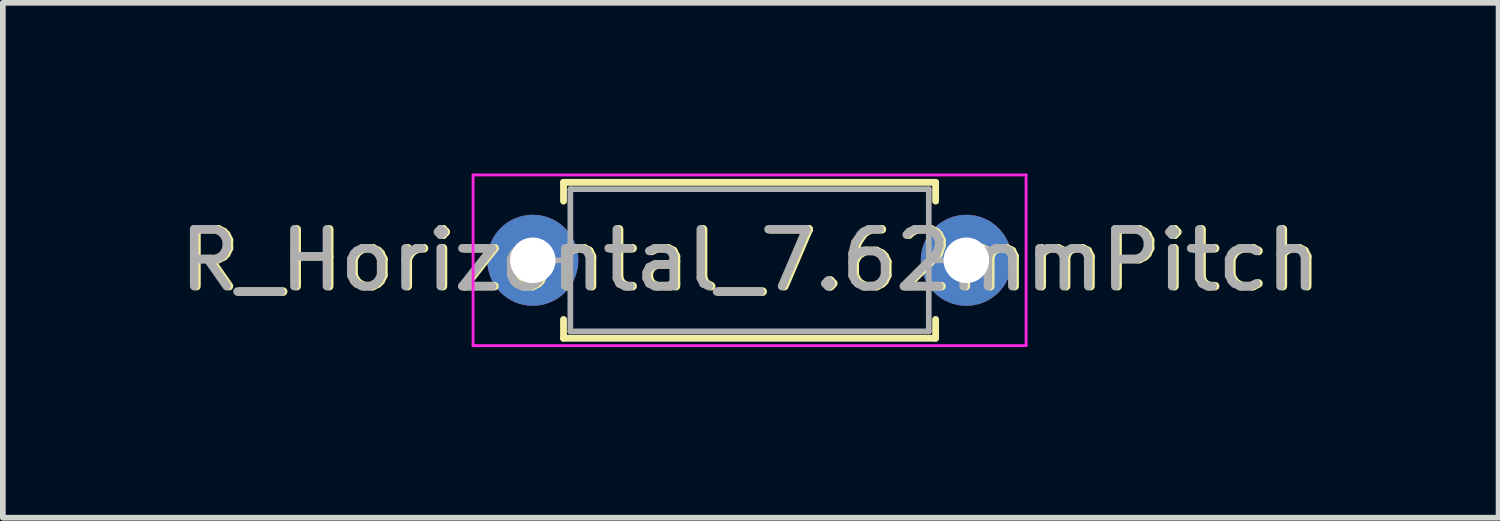
<source format=kicad_pcb>
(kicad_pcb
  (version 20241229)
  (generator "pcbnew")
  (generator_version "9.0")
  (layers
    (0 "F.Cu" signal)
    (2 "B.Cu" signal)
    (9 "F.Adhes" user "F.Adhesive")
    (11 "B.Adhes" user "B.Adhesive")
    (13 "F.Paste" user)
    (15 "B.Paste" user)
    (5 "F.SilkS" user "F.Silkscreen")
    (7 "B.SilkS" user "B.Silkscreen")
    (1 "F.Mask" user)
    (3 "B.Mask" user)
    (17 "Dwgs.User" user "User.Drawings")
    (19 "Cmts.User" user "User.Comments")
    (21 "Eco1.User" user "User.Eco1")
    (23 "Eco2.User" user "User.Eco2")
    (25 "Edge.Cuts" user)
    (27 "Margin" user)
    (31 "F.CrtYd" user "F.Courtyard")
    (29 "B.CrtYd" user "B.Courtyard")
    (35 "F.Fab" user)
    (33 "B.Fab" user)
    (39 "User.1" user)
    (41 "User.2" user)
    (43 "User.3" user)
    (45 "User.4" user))
  (footprint "R_Horizontal_7.62mmPitch"
    (layer "F.Cu")
    (at 6.315 1.525)
    (property "Reference" "R_Horizontal_7.62mmPitch" (at 3.85 0 0) (layer "F.SilkS") (effects (font (size 1 1) (thickness 0.15))))
    (attr through_hole)
    (fp_line (start 0.54 -1.37) (end 7.08 -1.37) (stroke (width 0.12) (type solid)) (layer "F.SilkS"))
    (fp_line (start 0.54 -1.04) (end 0.54 -1.37) (stroke (width 0.12) (type solid)) (layer "F.SilkS"))
    (fp_line (start 0.54 1.04) (end 0.54 1.37) (stroke (width 0.12) (type solid)) (layer "F.SilkS"))
    (fp_line (start 0.54 1.37) (end 7.08 1.37) (stroke (width 0.12) (type solid)) (layer "F.SilkS"))
    (fp_line (start 7.08 -1.37) (end 7.08 -1.04) (stroke (width 0.12) (type solid)) (layer "F.SilkS"))
    (fp_line (start 7.08 1.37) (end 7.08 1.04) (stroke (width 0.12) (type solid)) (layer "F.SilkS"))
    (fp_line (start -1.05 -1.5) (end -1.05 1.5) (stroke (width 0.05) (type solid)) (layer "F.CrtYd"))
    (fp_line (start -1.05 1.5) (end 8.67 1.5) (stroke (width 0.05) (type solid)) (layer "F.CrtYd"))
    (fp_line (start 8.67 -1.5) (end -1.05 -1.5) (stroke (width 0.05) (type solid)) (layer "F.CrtYd"))
    (fp_line (start 8.67 1.5) (end 8.67 -1.5) (stroke (width 0.05) (type solid)) (layer "F.CrtYd"))
    (fp_line (start 0 0) (end 0.66 0) (stroke (width 0.1) (type solid)) (layer "F.Fab"))
    (fp_line (start 0.66 -1.25) (end 0.66 1.25) (stroke (width 0.1) (type solid)) (layer "F.Fab"))
    (fp_line (start 0.66 1.25) (end 6.96 1.25) (stroke (width 0.1) (type solid)) (layer "F.Fab"))
    (fp_line (start 6.96 -1.25) (end 0.66 -1.25) (stroke (width 0.1) (type solid)) (layer "F.Fab"))
    (fp_line (start 6.96 1.25) (end 6.96 -1.25) (stroke (width 0.1) (type solid)) (layer "F.Fab"))
    (fp_line (start 7.62 0) (end 6.96 0) (stroke (width 0.1) (type solid)) (layer "F.Fab"))
    (fp_text user "${REFERENCE}" (at 3.81 0 0) (layer "F.Fab") (effects (font (size 1 1) (thickness 0.15))))
    (pad "1" thru_hole circle (at 0 0) (size 1.6 1.6) (drill 0.8) (layers "*.Cu" "*.Mask"))
    (pad "2" thru_hole oval (at 7.62 0) (size 1.6 1.6) (drill 0.8) (layers "*.Cu" "*.Mask")))
  (gr_rect
    (start -3 -3)
    (end 23.29 6.05)
    (stroke (width 0.1) (type default))
    (fill no)
    (layer "Edge.Cuts")))
</source>
